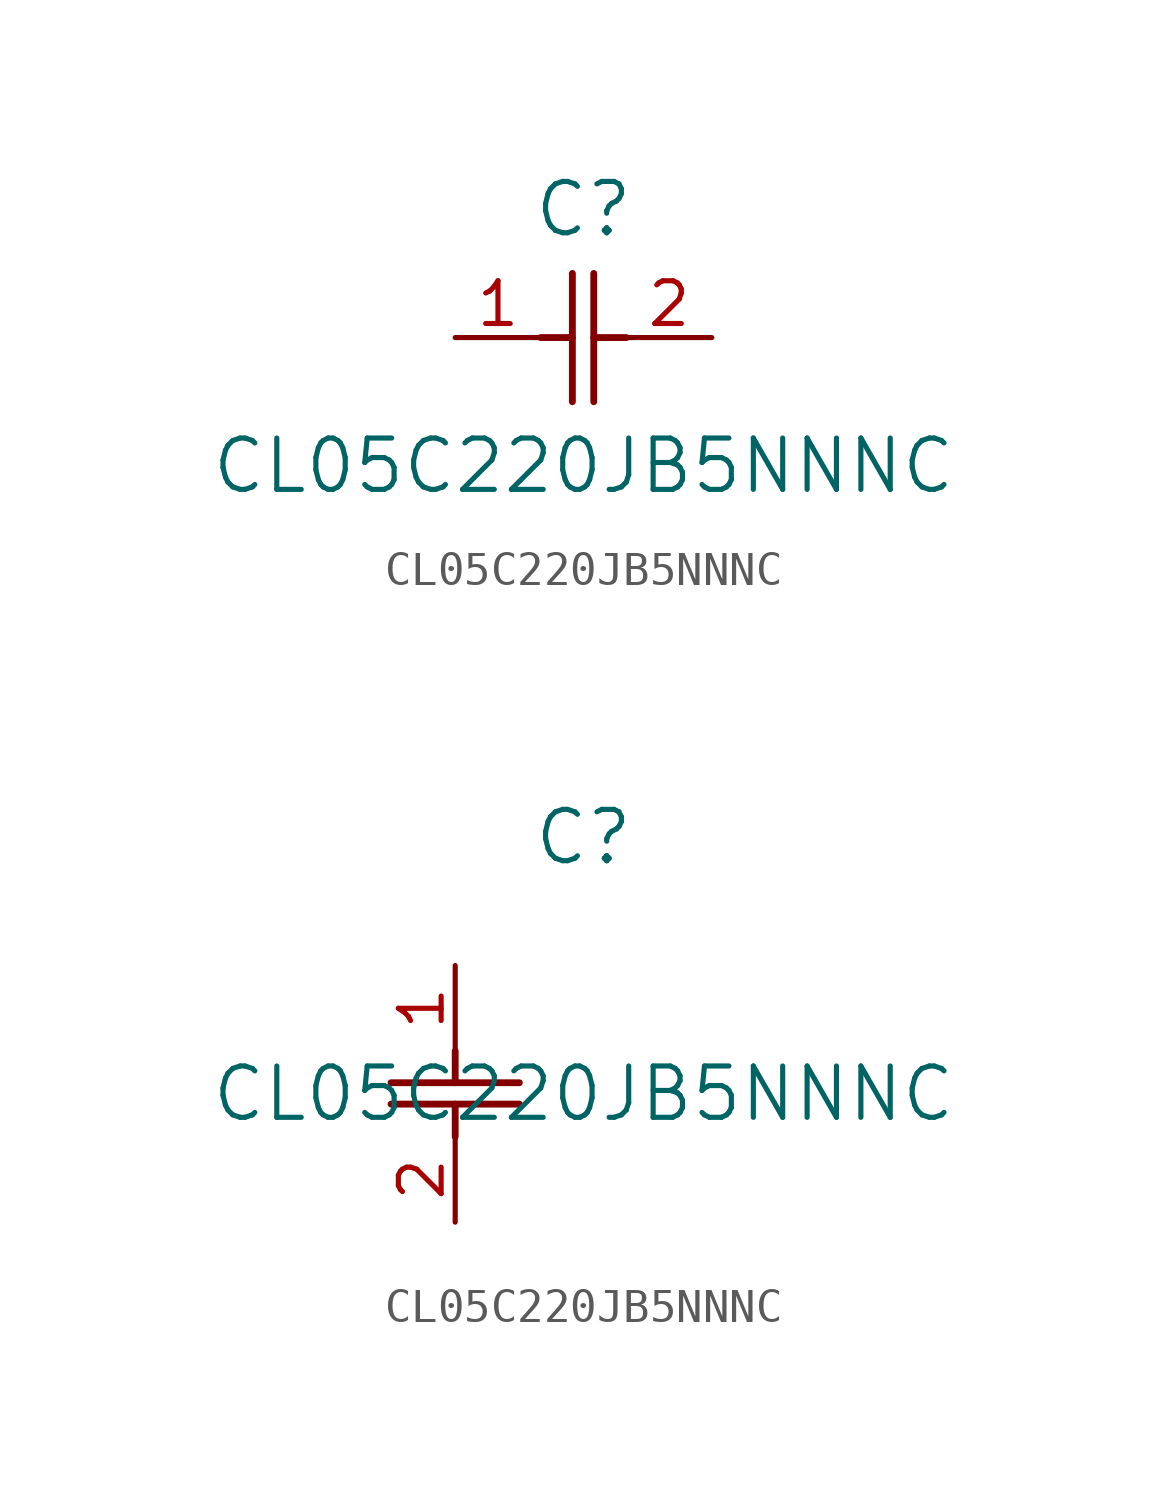
<source format=kicad_sym>
(kicad_symbol_lib
  (version 20211014)
  (generator kicad_symbol_editor)
  (symbol "CL05C220JB5NNNC"
    (pin_names
      (offset 0.254))
    (property "Reference" "C"
      (at 3.81 3.81 0)
      (effects (font (size 1.524 1.524))))
    (property "Value" "CL05C220JB5NNNC"
      (at 3.81 -3.81 0)
      (effects (font (size 1.524 1.524))))
    (symbol "CL05C220JB5NNNC_1_1"
      (polyline (pts (xy 3.48 -1.905) (xy 3.48 1.905)) (stroke (width 0.203) (type default) (color 0 0 0 0)) (fill (type none)))
      (polyline (pts (xy 4.115 -1.905) (xy 4.115 1.905)) (stroke (width 0.203) (type default) (color 0 0 0 0)) (fill (type none)))
      (polyline (pts (xy 4.115 0) (xy 5.08 0)) (stroke (width 0.203) (type default) (color 0 0 0 0)) (fill (type none)))
      (polyline (pts (xy 2.54 0) (xy 3.48 0)) (stroke (width 0.203) (type default) (color 0 0 0 0)) (fill (type none)))
      (pin unspecified line (at 0 0 0) (length 2.54) (name "" (effects (font (size 1.27 1.27)))) (number "1" (effects (font (size 1.27 1.27)))))
      (pin unspecified line (at 7.62 0 180) (length 2.54) (name "" (effects (font (size 1.27 1.27)))) (number "2" (effects (font (size 1.27 1.27))))))
    (symbol "CL05C220JB5NNNC_1_2"
      (polyline (pts (xy -1.905 -3.48) (xy 1.905 -3.48)) (stroke (width 0.203) (type default) (color 0 0 0 0)) (fill (type none)))
      (polyline (pts (xy -1.905 -4.115) (xy 1.905 -4.115)) (stroke (width 0.203) (type default) (color 0 0 0 0)) (fill (type none)))
      (polyline (pts (xy 0 -4.115) (xy 0 -5.08)) (stroke (width 0.203) (type default) (color 0 0 0 0)) (fill (type none)))
      (polyline (pts (xy 0 -2.54) (xy 0 -3.48)) (stroke (width 0.203) (type default) (color 0 0 0 0)) (fill (type none)))
      (pin unspecified line (at 0 0 270) (length 2.54) (name "" (effects (font (size 1.27 1.27)))) (number "1" (effects (font (size 1.27 1.27)))))
      (pin unspecified line (at 0 -7.62 90) (length 2.54) (name "" (effects (font (size 1.27 1.27)))) (number "2" (effects (font (size 1.27 1.27))))))))
</source>
